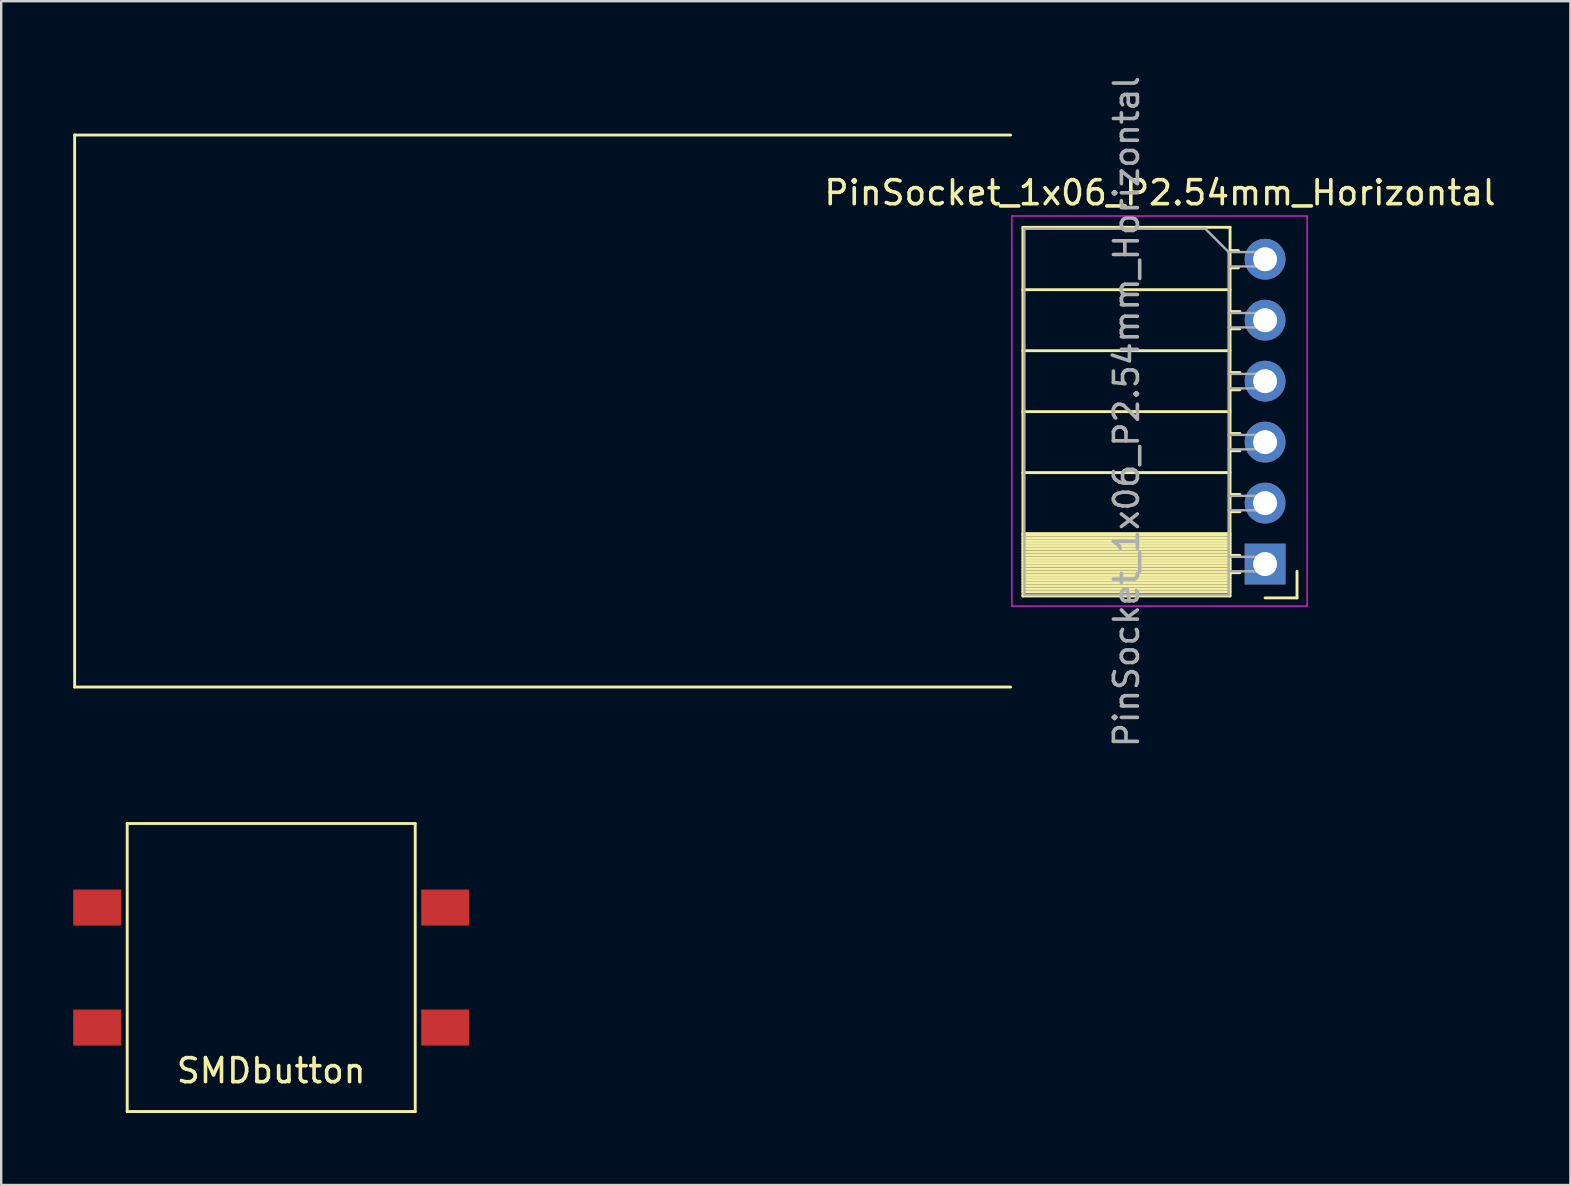
<source format=kicad_pcb>
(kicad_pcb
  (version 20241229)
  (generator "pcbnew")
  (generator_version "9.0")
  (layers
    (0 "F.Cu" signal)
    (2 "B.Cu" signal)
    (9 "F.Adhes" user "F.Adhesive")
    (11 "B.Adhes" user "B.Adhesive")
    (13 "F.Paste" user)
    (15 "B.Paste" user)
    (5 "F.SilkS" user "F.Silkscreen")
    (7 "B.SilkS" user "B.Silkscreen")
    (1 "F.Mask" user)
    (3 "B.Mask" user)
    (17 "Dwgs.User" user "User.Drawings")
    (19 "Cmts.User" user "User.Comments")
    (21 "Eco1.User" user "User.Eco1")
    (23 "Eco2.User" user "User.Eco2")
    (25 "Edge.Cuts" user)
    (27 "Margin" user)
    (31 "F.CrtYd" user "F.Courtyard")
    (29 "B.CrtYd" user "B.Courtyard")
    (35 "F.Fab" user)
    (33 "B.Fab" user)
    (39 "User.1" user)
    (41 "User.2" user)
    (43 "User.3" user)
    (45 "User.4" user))
  (footprint "SMDbutton"
    (layer "F.Cu")
    (at 8.25 37.262)
    (property "Reference" "SMDbutton" (at 0 4.3 0) (layer "F.SilkS") (effects (font (size 1 1) (thickness 0.15))))
    (attr through_hole)
    (fp_line (start -6 -6) (end -6 6) (stroke (width 0.12) (type solid)) (layer "F.SilkS"))
    (fp_line (start -6 -6) (end 6 -6) (stroke (width 0.12) (type solid)) (layer "F.SilkS"))
    (fp_line (start -6 6) (end 6 6) (stroke (width 0.12) (type solid)) (layer "F.SilkS"))
    (fp_line (start 6 -6) (end 6 6) (stroke (width 0.12) (type solid)) (layer "F.SilkS"))
    (pad "1" smd rect (at -7.25 -2.5) (size 2 1.5) (layers "F.Cu" "F.Mask" "F.Paste"))
    (pad "1" smd rect (at 7.25 -2.5) (size 2 1.5) (layers "F.Cu" "F.Mask" "F.Paste"))
    (pad "2" smd rect (at -7.25 2.5) (size 2 1.5) (layers "F.Cu" "F.Mask" "F.Paste"))
    (pad "2" smd rect (at 7.25 2.5) (size 2 1.5) (layers "F.Cu" "F.Mask" "F.Paste")))
  (footprint "PinSocket_1x06_P2.54mm_Horizontal"
    (layer "F.Cu")
    (at 49.66 7.751)
    (property "Reference" "PinSocket_1x06_P2.54mm_Horizontal" (at -4.38 -2.77 0) (layer "F.SilkS") (effects (font (size 1 1) (thickness 0.15))))
    (attr through_hole)
    (fp_line (start -49.6 -5.175) (end -49.6 17.825) (stroke (width 0.12) (type solid)) (layer "F.SilkS"))
    (fp_line (start -10.6 -5.175) (end -49.6 -5.175) (stroke (width 0.12) (type solid)) (layer "F.SilkS"))
    (fp_line (start -10.6 17.825) (end -49.6 17.825) (stroke (width 0.12) (type solid)) (layer "F.SilkS"))
    (fp_line (start -10.09 -1.33) (end -10.09 14.03) (stroke (width 0.12) (type solid)) (layer "F.SilkS"))
    (fp_line (start -10.09 -1.33) (end -1.46 -1.33) (stroke (width 0.12) (type solid)) (layer "F.SilkS"))
    (fp_line (start -10.09 1.27) (end -1.46 1.27) (stroke (width 0.12) (type solid)) (layer "F.SilkS"))
    (fp_line (start -10.09 3.81) (end -1.46 3.81) (stroke (width 0.12) (type solid)) (layer "F.SilkS"))
    (fp_line (start -10.09 6.35) (end -1.46 6.35) (stroke (width 0.12) (type solid)) (layer "F.SilkS"))
    (fp_line (start -10.09 8.89) (end -1.46 8.89) (stroke (width 0.12) (type solid)) (layer "F.SilkS"))
    (fp_line (start -10.09 11.43) (end -1.46 11.43) (stroke (width 0.12) (type solid)) (layer "F.SilkS"))
    (fp_line (start -10.09 11.49) (end -1.46 11.49) (stroke (width 0.12) (type solid)) (layer "F.SilkS"))
    (fp_line (start -10.09 11.608) (end -1.46 11.608) (stroke (width 0.12) (type solid)) (layer "F.SilkS"))
    (fp_line (start -10.09 11.726) (end -1.46 11.726) (stroke (width 0.12) (type solid)) (layer "F.SilkS"))
    (fp_line (start -10.09 11.844) (end -1.46 11.844) (stroke (width 0.12) (type solid)) (layer "F.SilkS"))
    (fp_line (start -10.09 11.962) (end -1.46 11.962) (stroke (width 0.12) (type solid)) (layer "F.SilkS"))
    (fp_line (start -10.09 12.08) (end -1.46 12.08) (stroke (width 0.12) (type solid)) (layer "F.SilkS"))
    (fp_line (start -10.09 12.199) (end -1.46 12.199) (stroke (width 0.12) (type solid)) (layer "F.SilkS"))
    (fp_line (start -10.09 12.317) (end -1.46 12.317) (stroke (width 0.12) (type solid)) (layer "F.SilkS"))
    (fp_line (start -10.09 12.435) (end -1.46 12.435) (stroke (width 0.12) (type solid)) (layer "F.SilkS"))
    (fp_line (start -10.09 12.553) (end -1.46 12.553) (stroke (width 0.12) (type solid)) (layer "F.SilkS"))
    (fp_line (start -10.09 12.671) (end -1.46 12.671) (stroke (width 0.12) (type solid)) (layer "F.SilkS"))
    (fp_line (start -10.09 12.789) (end -1.46 12.789) (stroke (width 0.12) (type solid)) (layer "F.SilkS"))
    (fp_line (start -10.09 12.907) (end -1.46 12.907) (stroke (width 0.12) (type solid)) (layer "F.SilkS"))
    (fp_line (start -10.09 13.025) (end -1.46 13.025) (stroke (width 0.12) (type solid)) (layer "F.SilkS"))
    (fp_line (start -10.09 13.143) (end -1.46 13.143) (stroke (width 0.12) (type solid)) (layer "F.SilkS"))
    (fp_line (start -10.09 13.261) (end -1.46 13.261) (stroke (width 0.12) (type solid)) (layer "F.SilkS"))
    (fp_line (start -10.09 13.38) (end -1.46 13.38) (stroke (width 0.12) (type solid)) (layer "F.SilkS"))
    (fp_line (start -10.09 13.498) (end -1.46 13.498) (stroke (width 0.12) (type solid)) (layer "F.SilkS"))
    (fp_line (start -10.09 13.616) (end -1.46 13.616) (stroke (width 0.12) (type solid)) (layer "F.SilkS"))
    (fp_line (start -10.09 13.734) (end -1.46 13.734) (stroke (width 0.12) (type solid)) (layer "F.SilkS"))
    (fp_line (start -10.09 13.852) (end -1.46 13.852) (stroke (width 0.12) (type solid)) (layer "F.SilkS"))
    (fp_line (start -10.09 14.03) (end -1.46 14.03) (stroke (width 0.12) (type solid)) (layer "F.SilkS"))
    (fp_line (start -1.46 -1.33) (end -1.46 14.03) (stroke (width 0.12) (type solid)) (layer "F.SilkS"))
    (fp_line (start -1.46 -0.36) (end -1.11 -0.36) (stroke (width 0.12) (type solid)) (layer "F.SilkS"))
    (fp_line (start -1.46 0.36) (end -1.11 0.36) (stroke (width 0.12) (type solid)) (layer "F.SilkS"))
    (fp_line (start -1.46 2.18) (end -1.05 2.18) (stroke (width 0.12) (type solid)) (layer "F.SilkS"))
    (fp_line (start -1.46 2.9) (end -1.05 2.9) (stroke (width 0.12) (type solid)) (layer "F.SilkS"))
    (fp_line (start -1.46 4.72) (end -1.05 4.72) (stroke (width 0.12) (type solid)) (layer "F.SilkS"))
    (fp_line (start -1.46 5.44) (end -1.05 5.44) (stroke (width 0.12) (type solid)) (layer "F.SilkS"))
    (fp_line (start -1.46 7.26) (end -1.05 7.26) (stroke (width 0.12) (type solid)) (layer "F.SilkS"))
    (fp_line (start -1.46 7.98) (end -1.05 7.98) (stroke (width 0.12) (type solid)) (layer "F.SilkS"))
    (fp_line (start -1.46 9.8) (end -1.05 9.8) (stroke (width 0.12) (type solid)) (layer "F.SilkS"))
    (fp_line (start -1.46 10.52) (end -1.05 10.52) (stroke (width 0.12) (type solid)) (layer "F.SilkS"))
    (fp_line (start -1.46 12.34) (end -1.05 12.34) (stroke (width 0.12) (type solid)) (layer "F.SilkS"))
    (fp_line (start -1.46 13.06) (end -1.05 13.06) (stroke (width 0.12) (type solid)) (layer "F.SilkS"))
    (fp_line (start 1.33 13) (end 1.33 14.11) (stroke (width 0.12) (type solid)) (layer "F.SilkS"))
    (fp_line (start 1.33 14.11) (end 0 14.11) (stroke (width 0.12) (type solid)) (layer "F.SilkS"))
    (fp_line (start -10.55 -1.8) (end -10.55 14.45) (stroke (width 0.05) (type solid)) (layer "F.CrtYd"))
    (fp_line (start -10.55 14.45) (end 1.75 14.45) (stroke (width 0.05) (type solid)) (layer "F.CrtYd"))
    (fp_line (start 1.75 -1.8) (end -10.55 -1.8) (stroke (width 0.05) (type solid)) (layer "F.CrtYd"))
    (fp_line (start 1.75 14.45) (end 1.75 -1.8) (stroke (width 0.05) (type solid)) (layer "F.CrtYd"))
    (fp_line (start -10.03 -1.27) (end -2.49 -1.27) (stroke (width 0.1) (type solid)) (layer "F.Fab"))
    (fp_line (start -10.03 13.97) (end -10.03 -1.27) (stroke (width 0.1) (type solid)) (layer "F.Fab"))
    (fp_line (start -2.49 -1.27) (end -1.52 -0.3) (stroke (width 0.1) (type solid)) (layer "F.Fab"))
    (fp_line (start -1.52 -0.3) (end -1.52 13.97) (stroke (width 0.1) (type solid)) (layer "F.Fab"))
    (fp_line (start -1.52 0.3) (end 0 0.3) (stroke (width 0.1) (type solid)) (layer "F.Fab"))
    (fp_line (start -1.52 2.84) (end 0 2.84) (stroke (width 0.1) (type solid)) (layer "F.Fab"))
    (fp_line (start -1.52 5.38) (end 0 5.38) (stroke (width 0.1) (type solid)) (layer "F.Fab"))
    (fp_line (start -1.52 7.92) (end 0 7.92) (stroke (width 0.1) (type solid)) (layer "F.Fab"))
    (fp_line (start -1.52 10.46) (end 0 10.46) (stroke (width 0.1) (type solid)) (layer "F.Fab"))
    (fp_line (start -1.52 13) (end 0 13) (stroke (width 0.1) (type solid)) (layer "F.Fab"))
    (fp_line (start -1.52 13.97) (end -10.03 13.97) (stroke (width 0.1) (type solid)) (layer "F.Fab"))
    (fp_line (start 0 -0.3) (end -1.52 -0.3) (stroke (width 0.1) (type solid)) (layer "F.Fab"))
    (fp_line (start 0 0.3) (end 0 -0.3) (stroke (width 0.1) (type solid)) (layer "F.Fab"))
    (fp_line (start 0 2.24) (end -1.52 2.24) (stroke (width 0.1) (type solid)) (layer "F.Fab"))
    (fp_line (start 0 2.84) (end 0 2.24) (stroke (width 0.1) (type solid)) (layer "F.Fab"))
    (fp_line (start 0 4.78) (end -1.52 4.78) (stroke (width 0.1) (type solid)) (layer "F.Fab"))
    (fp_line (start 0 5.38) (end 0 4.78) (stroke (width 0.1) (type solid)) (layer "F.Fab"))
    (fp_line (start 0 7.32) (end -1.52 7.32) (stroke (width 0.1) (type solid)) (layer "F.Fab"))
    (fp_line (start 0 7.92) (end 0 7.32) (stroke (width 0.1) (type solid)) (layer "F.Fab"))
    (fp_line (start 0 9.86) (end -1.52 9.86) (stroke (width 0.1) (type solid)) (layer "F.Fab"))
    (fp_line (start 0 10.46) (end 0 9.86) (stroke (width 0.1) (type solid)) (layer "F.Fab"))
    (fp_line (start 0 12.4) (end -1.52 12.4) (stroke (width 0.1) (type solid)) (layer "F.Fab"))
    (fp_line (start 0 13) (end 0 12.4) (stroke (width 0.1) (type solid)) (layer "F.Fab"))
    (fp_text user "${REFERENCE}" (at -5.775 6.35 90) (layer "F.Fab") (effects (font (size 1 1) (thickness 0.15))))
    (pad "1" thru_hole rect (at 0 12.7) (size 1.7 1.7) (drill 1) (layers "*.Cu" "*.Mask"))
    (pad "2" thru_hole oval (at 0 10.16) (size 1.7 1.7) (drill 1) (layers "*.Cu" "*.Mask"))
    (pad "3" thru_hole oval (at 0 7.62) (size 1.7 1.7) (drill 1) (layers "*.Cu" "*.Mask"))
    (pad "4" thru_hole oval (at 0 5.08) (size 1.7 1.7) (drill 1) (layers "*.Cu" "*.Mask"))
    (pad "5" thru_hole oval (at 0 2.54) (size 1.7 1.7) (drill 1) (layers "*.Cu" "*.Mask"))
    (pad "6" thru_hole circle (at 0 0) (size 1.7 1.7) (drill 1) (layers "*.Cu" "*.Mask")))
  (gr_rect
    (start -3 -3)
    (end 62.381 46.322)
    (stroke (width 0.1) (type default))
    (fill no)
    (layer "Edge.Cuts")))
</source>
